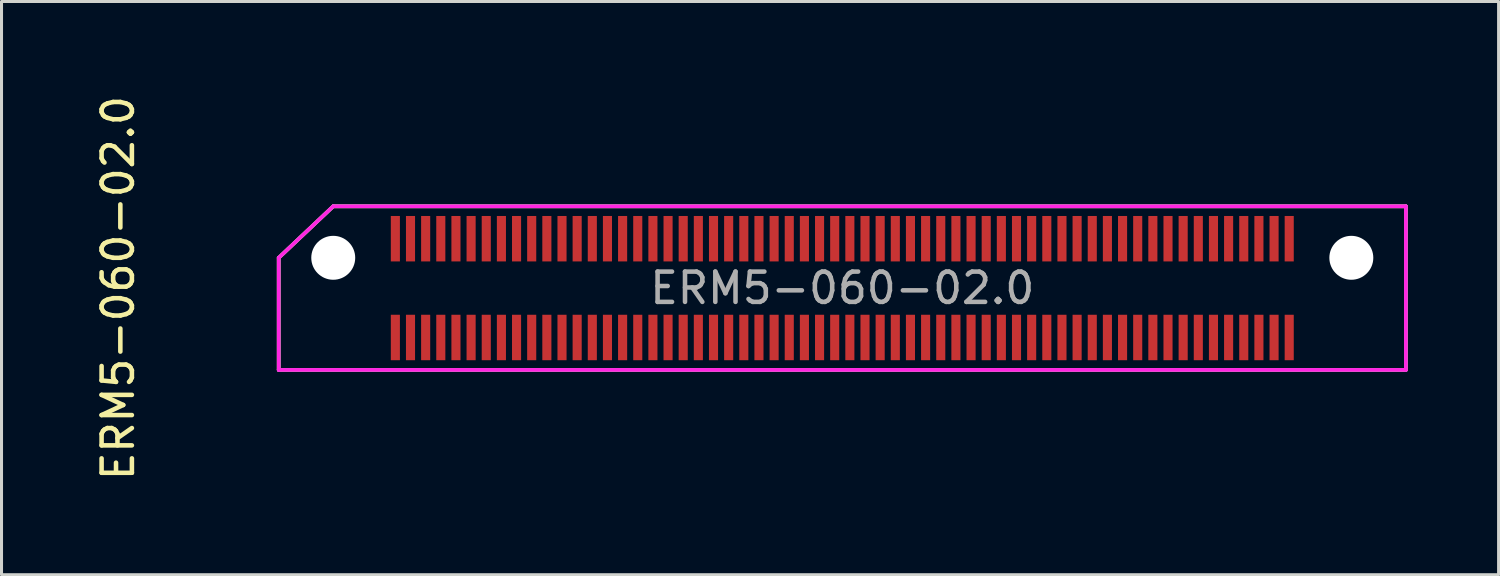
<source format=kicad_pcb>
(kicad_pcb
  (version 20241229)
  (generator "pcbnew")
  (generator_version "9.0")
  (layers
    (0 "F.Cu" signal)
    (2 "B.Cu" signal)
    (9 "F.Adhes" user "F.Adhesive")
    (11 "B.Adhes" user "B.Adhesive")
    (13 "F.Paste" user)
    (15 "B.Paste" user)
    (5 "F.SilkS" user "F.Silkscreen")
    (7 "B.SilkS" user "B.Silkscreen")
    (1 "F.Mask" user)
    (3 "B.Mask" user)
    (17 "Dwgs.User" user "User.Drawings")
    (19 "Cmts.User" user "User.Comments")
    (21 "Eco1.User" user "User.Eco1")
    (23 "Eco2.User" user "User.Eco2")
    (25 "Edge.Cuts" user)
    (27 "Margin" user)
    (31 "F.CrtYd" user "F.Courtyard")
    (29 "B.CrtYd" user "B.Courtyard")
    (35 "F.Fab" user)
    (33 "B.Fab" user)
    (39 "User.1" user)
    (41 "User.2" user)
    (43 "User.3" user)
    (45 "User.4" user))
  (footprint "ERM5-060-02.0"
    (layer "F.Cu")
    (at 24.748 6.458)
    (property "Reference" "ERM5-060-02.0" (at -23.9 0 90) (layer "F.SilkS") (effects (font (size 1 1) (thickness 0.15))))
    (attr smd)
    (fp_line (start -18.6 -1) (end -18.6 2.7) (stroke (width 0.12) (type solid)) (layer "F.SilkS"))
    (fp_line (start -18.6 2.7) (end 18.6 2.7) (stroke (width 0.12) (type solid)) (layer "F.SilkS"))
    (fp_line (start -16.8 -2.7) (end -18.6 -1) (stroke (width 0.12) (type solid)) (layer "F.SilkS"))
    (fp_line (start -16.8 -2.7) (end 18.6 -2.7) (stroke (width 0.12) (type solid)) (layer "F.SilkS"))
    (fp_line (start 18.6 2.7) (end 18.6 -2.7) (stroke (width 0.12) (type solid)) (layer "F.SilkS"))
    (fp_line (start -18.6 -1) (end -18.6 2.7) (stroke (width 0.12) (type solid)) (layer "F.CrtYd"))
    (fp_line (start -18.6 2.7) (end 18.6 2.7) (stroke (width 0.12) (type solid)) (layer "F.CrtYd"))
    (fp_line (start -16.8 -2.7) (end -18.6 -1) (stroke (width 0.12) (type solid)) (layer "F.CrtYd"))
    (fp_line (start 18.6 -2.7) (end -16.8 -2.7) (stroke (width 0.12) (type solid)) (layer "F.CrtYd"))
    (fp_line (start 18.6 2.7) (end 18.6 -2.7) (stroke (width 0.12) (type solid)) (layer "F.CrtYd"))
    (fp_line (start -18.6 -1) (end -18.6 2.7) (stroke (width 0.12) (type solid)) (layer "F.Fab"))
    (fp_line (start -18.6 2.7) (end 18.6 2.7) (stroke (width 0.12) (type solid)) (layer "F.Fab"))
    (fp_line (start -16.8 -2.7) (end -18.6 -1) (stroke (width 0.12) (type solid)) (layer "F.Fab"))
    (fp_line (start 18.6 -2.7) (end -16.8 -2.7) (stroke (width 0.12) (type solid)) (layer "F.Fab"))
    (fp_line (start 18.6 2.7) (end 18.6 -2.7) (stroke (width 0.12) (type solid)) (layer "F.Fab"))
    (fp_text user "${REFERENCE}" (at 0 0 0) (layer "F.Fab") (effects (font (size 1 1) (thickness 0.15))))
    (pad "" np_thru_hole circle (at -16.8 -1) (size 1.45 1.45) (drill 1.45) (layers "*.Cu" "*.Mask"))
    (pad "" np_thru_hole circle (at 16.8 -1) (size 1.45 1.45) (drill 1.45) (layers "*.Cu" "*.Mask"))
    (pad "1" smd rect (at -14.75 -1.63) (size 0.3 1.5) (layers "F.Cu" "F.Mask" "F.Paste"))
    (pad "2" smd rect (at -14.75 1.63) (size 0.3 1.5) (layers "F.Cu" "F.Mask" "F.Paste"))
    (pad "3" smd rect (at -14.25 -1.63) (size 0.3 1.5) (layers "F.Cu" "F.Mask" "F.Paste"))
    (pad "4" smd rect (at -14.25 1.63) (size 0.3 1.5) (layers "F.Cu" "F.Mask" "F.Paste"))
    (pad "5" smd rect (at -13.75 -1.63) (size 0.3 1.5) (layers "F.Cu" "F.Mask" "F.Paste"))
    (pad "6" smd rect (at -13.75 1.63) (size 0.3 1.5) (layers "F.Cu" "F.Mask" "F.Paste"))
    (pad "7" smd rect (at -13.25 -1.63) (size 0.3 1.5) (layers "F.Cu" "F.Mask" "F.Paste"))
    (pad "8" smd rect (at -13.25 1.63) (size 0.3 1.5) (layers "F.Cu" "F.Mask" "F.Paste"))
    (pad "9" smd rect (at -12.75 -1.63) (size 0.3 1.5) (layers "F.Cu" "F.Mask" "F.Paste"))
    (pad "10" smd rect (at -12.75 1.63) (size 0.3 1.5) (layers "F.Cu" "F.Mask" "F.Paste"))
    (pad "11" smd rect (at -12.25 -1.63) (size 0.3 1.5) (layers "F.Cu" "F.Mask" "F.Paste"))
    (pad "12" smd rect (at -12.25 1.63) (size 0.3 1.5) (layers "F.Cu" "F.Mask" "F.Paste"))
    (pad "13" smd rect (at -11.75 -1.63) (size 0.3 1.5) (layers "F.Cu" "F.Mask" "F.Paste"))
    (pad "14" smd rect (at -11.75 1.63) (size 0.3 1.5) (layers "F.Cu" "F.Mask" "F.Paste"))
    (pad "15" smd rect (at -11.25 -1.63) (size 0.3 1.5) (layers "F.Cu" "F.Mask" "F.Paste"))
    (pad "16" smd rect (at -11.25 1.63) (size 0.3 1.5) (layers "F.Cu" "F.Mask" "F.Paste"))
    (pad "17" smd rect (at -10.75 -1.63) (size 0.3 1.5) (layers "F.Cu" "F.Mask" "F.Paste"))
    (pad "18" smd rect (at -10.75 1.63) (size 0.3 1.5) (layers "F.Cu" "F.Mask" "F.Paste"))
    (pad "19" smd rect (at -10.25 -1.63) (size 0.3 1.5) (layers "F.Cu" "F.Mask" "F.Paste"))
    (pad "20" smd rect (at -10.25 1.63) (size 0.3 1.5) (layers "F.Cu" "F.Mask" "F.Paste"))
    (pad "21" smd rect (at -9.75 -1.63) (size 0.3 1.5) (layers "F.Cu" "F.Mask" "F.Paste"))
    (pad "22" smd rect (at -9.75 1.63) (size 0.3 1.5) (layers "F.Cu" "F.Mask" "F.Paste"))
    (pad "23" smd rect (at -9.25 -1.63) (size 0.3 1.5) (layers "F.Cu" "F.Mask" "F.Paste"))
    (pad "24" smd rect (at -9.25 1.63) (size 0.3 1.5) (layers "F.Cu" "F.Mask" "F.Paste"))
    (pad "25" smd rect (at -8.75 -1.63) (size 0.3 1.5) (layers "F.Cu" "F.Mask" "F.Paste"))
    (pad "26" smd rect (at -8.75 1.63) (size 0.3 1.5) (layers "F.Cu" "F.Mask" "F.Paste"))
    (pad "27" smd rect (at -8.25 -1.63) (size 0.3 1.5) (layers "F.Cu" "F.Mask" "F.Paste"))
    (pad "28" smd rect (at -8.25 1.63) (size 0.3 1.5) (layers "F.Cu" "F.Mask" "F.Paste"))
    (pad "29" smd rect (at -7.75 -1.63) (size 0.3 1.5) (layers "F.Cu" "F.Mask" "F.Paste"))
    (pad "30" smd rect (at -7.75 1.63) (size 0.3 1.5) (layers "F.Cu" "F.Mask" "F.Paste"))
    (pad "31" smd rect (at -7.25 -1.63) (size 0.3 1.5) (layers "F.Cu" "F.Mask" "F.Paste"))
    (pad "32" smd rect (at -7.25 1.63) (size 0.3 1.5) (layers "F.Cu" "F.Mask" "F.Paste"))
    (pad "33" smd rect (at -6.75 -1.63) (size 0.3 1.5) (layers "F.Cu" "F.Mask" "F.Paste"))
    (pad "34" smd rect (at -6.75 1.63) (size 0.3 1.5) (layers "F.Cu" "F.Mask" "F.Paste"))
    (pad "35" smd rect (at -6.25 -1.63) (size 0.3 1.5) (layers "F.Cu" "F.Mask" "F.Paste"))
    (pad "36" smd rect (at -6.25 1.63) (size 0.3 1.5) (layers "F.Cu" "F.Mask" "F.Paste"))
    (pad "37" smd rect (at -5.75 -1.63) (size 0.3 1.5) (layers "F.Cu" "F.Mask" "F.Paste"))
    (pad "38" smd rect (at -5.75 1.63) (size 0.3 1.5) (layers "F.Cu" "F.Mask" "F.Paste"))
    (pad "39" smd rect (at -5.25 -1.63) (size 0.3 1.5) (layers "F.Cu" "F.Mask" "F.Paste"))
    (pad "40" smd rect (at -5.25 1.63) (size 0.3 1.5) (layers "F.Cu" "F.Mask" "F.Paste"))
    (pad "41" smd rect (at -4.75 -1.63) (size 0.3 1.5) (layers "F.Cu" "F.Mask" "F.Paste"))
    (pad "42" smd rect (at -4.75 1.63) (size 0.3 1.5) (layers "F.Cu" "F.Mask" "F.Paste"))
    (pad "43" smd rect (at -4.25 -1.63) (size 0.3 1.5) (layers "F.Cu" "F.Mask" "F.Paste"))
    (pad "44" smd rect (at -4.25 1.63) (size 0.3 1.5) (layers "F.Cu" "F.Mask" "F.Paste"))
    (pad "45" smd rect (at -3.75 -1.63) (size 0.3 1.5) (layers "F.Cu" "F.Mask" "F.Paste"))
    (pad "46" smd rect (at -3.75 1.63) (size 0.3 1.5) (layers "F.Cu" "F.Mask" "F.Paste"))
    (pad "47" smd rect (at -3.25 -1.63) (size 0.3 1.5) (layers "F.Cu" "F.Mask" "F.Paste"))
    (pad "48" smd rect (at -3.25 1.63) (size 0.3 1.5) (layers "F.Cu" "F.Mask" "F.Paste"))
    (pad "49" smd rect (at -2.75 -1.63) (size 0.3 1.5) (layers "F.Cu" "F.Mask" "F.Paste"))
    (pad "50" smd rect (at -2.75 1.63) (size 0.3 1.5) (layers "F.Cu" "F.Mask" "F.Paste"))
    (pad "51" smd rect (at -2.25 -1.63) (size 0.3 1.5) (layers "F.Cu" "F.Mask" "F.Paste"))
    (pad "52" smd rect (at -2.25 1.63) (size 0.3 1.5) (layers "F.Cu" "F.Mask" "F.Paste"))
    (pad "53" smd rect (at -1.75 -1.63) (size 0.3 1.5) (layers "F.Cu" "F.Mask" "F.Paste"))
    (pad "54" smd rect (at -1.75 1.63) (size 0.3 1.5) (layers "F.Cu" "F.Mask" "F.Paste"))
    (pad "55" smd rect (at -1.25 -1.63) (size 0.3 1.5) (layers "F.Cu" "F.Mask" "F.Paste"))
    (pad "56" smd rect (at -1.25 1.63) (size 0.3 1.5) (layers "F.Cu" "F.Mask" "F.Paste"))
    (pad "57" smd rect (at -0.75 -1.63) (size 0.3 1.5) (layers "F.Cu" "F.Mask" "F.Paste"))
    (pad "58" smd rect (at -0.75 1.63) (size 0.3 1.5) (layers "F.Cu" "F.Mask" "F.Paste"))
    (pad "59" smd rect (at -0.25 -1.63) (size 0.3 1.5) (layers "F.Cu" "F.Mask" "F.Paste"))
    (pad "60" smd rect (at -0.25 1.63) (size 0.3 1.5) (layers "F.Cu" "F.Mask" "F.Paste"))
    (pad "61" smd rect (at 0.25 -1.63) (size 0.3 1.5) (layers "F.Cu" "F.Mask" "F.Paste"))
    (pad "62" smd rect (at 0.25 1.63) (size 0.3 1.5) (layers "F.Cu" "F.Mask" "F.Paste"))
    (pad "63" smd rect (at 0.75 -1.63) (size 0.3 1.5) (layers "F.Cu" "F.Mask" "F.Paste"))
    (pad "64" smd rect (at 0.75 1.63) (size 0.3 1.5) (layers "F.Cu" "F.Mask" "F.Paste"))
    (pad "65" smd rect (at 1.25 -1.63) (size 0.3 1.5) (layers "F.Cu" "F.Mask" "F.Paste"))
    (pad "66" smd rect (at 1.25 1.63) (size 0.3 1.5) (layers "F.Cu" "F.Mask" "F.Paste"))
    (pad "67" smd rect (at 1.75 -1.63) (size 0.3 1.5) (layers "F.Cu" "F.Mask" "F.Paste"))
    (pad "68" smd rect (at 1.75 1.63) (size 0.3 1.5) (layers "F.Cu" "F.Mask" "F.Paste"))
    (pad "69" smd rect (at 2.25 -1.63) (size 0.3 1.5) (layers "F.Cu" "F.Mask" "F.Paste"))
    (pad "70" smd rect (at 2.25 1.63) (size 0.3 1.5) (layers "F.Cu" "F.Mask" "F.Paste"))
    (pad "71" smd rect (at 2.75 -1.63) (size 0.3 1.5) (layers "F.Cu" "F.Mask" "F.Paste"))
    (pad "72" smd rect (at 2.75 1.63) (size 0.3 1.5) (layers "F.Cu" "F.Mask" "F.Paste"))
    (pad "73" smd rect (at 3.25 -1.63) (size 0.3 1.5) (layers "F.Cu" "F.Mask" "F.Paste"))
    (pad "74" smd rect (at 3.25 1.63) (size 0.3 1.5) (layers "F.Cu" "F.Mask" "F.Paste"))
    (pad "75" smd rect (at 3.75 -1.63) (size 0.3 1.5) (layers "F.Cu" "F.Mask" "F.Paste"))
    (pad "76" smd rect (at 3.75 1.63) (size 0.3 1.5) (layers "F.Cu" "F.Mask" "F.Paste"))
    (pad "77" smd rect (at 4.25 -1.63) (size 0.3 1.5) (layers "F.Cu" "F.Mask" "F.Paste"))
    (pad "78" smd rect (at 4.25 1.63) (size 0.3 1.5) (layers "F.Cu" "F.Mask" "F.Paste"))
    (pad "79" smd rect (at 4.75 -1.63) (size 0.3 1.5) (layers "F.Cu" "F.Mask" "F.Paste"))
    (pad "80" smd rect (at 4.75 1.63) (size 0.3 1.5) (layers "F.Cu" "F.Mask" "F.Paste"))
    (pad "81" smd rect (at 5.25 -1.63) (size 0.3 1.5) (layers "F.Cu" "F.Mask" "F.Paste"))
    (pad "82" smd rect (at 5.25 1.63) (size 0.3 1.5) (layers "F.Cu" "F.Mask" "F.Paste"))
    (pad "83" smd rect (at 5.75 -1.63) (size 0.3 1.5) (layers "F.Cu" "F.Mask" "F.Paste"))
    (pad "84" smd rect (at 5.75 1.63) (size 0.3 1.5) (layers "F.Cu" "F.Mask" "F.Paste"))
    (pad "85" smd rect (at 6.25 -1.63) (size 0.3 1.5) (layers "F.Cu" "F.Mask" "F.Paste"))
    (pad "86" smd rect (at 6.25 1.63) (size 0.3 1.5) (layers "F.Cu" "F.Mask" "F.Paste"))
    (pad "87" smd rect (at 6.75 -1.63) (size 0.3 1.5) (layers "F.Cu" "F.Mask" "F.Paste"))
    (pad "88" smd rect (at 6.75 1.63) (size 0.3 1.5) (layers "F.Cu" "F.Mask" "F.Paste"))
    (pad "89" smd rect (at 7.25 -1.63) (size 0.3 1.5) (layers "F.Cu" "F.Mask" "F.Paste"))
    (pad "90" smd rect (at 7.25 1.63) (size 0.3 1.5) (layers "F.Cu" "F.Mask" "F.Paste"))
    (pad "91" smd rect (at 7.75 -1.63) (size 0.3 1.5) (layers "F.Cu" "F.Mask" "F.Paste"))
    (pad "92" smd rect (at 7.75 1.63) (size 0.3 1.5) (layers "F.Cu" "F.Mask" "F.Paste"))
    (pad "93" smd rect (at 8.25 -1.63) (size 0.3 1.5) (layers "F.Cu" "F.Mask" "F.Paste"))
    (pad "94" smd rect (at 8.25 1.63) (size 0.3 1.5) (layers "F.Cu" "F.Mask" "F.Paste"))
    (pad "95" smd rect (at 8.75 -1.63) (size 0.3 1.5) (layers "F.Cu" "F.Mask" "F.Paste"))
    (pad "96" smd rect (at 8.75 1.63) (size 0.3 1.5) (layers "F.Cu" "F.Mask" "F.Paste"))
    (pad "97" smd rect (at 9.25 -1.63) (size 0.3 1.5) (layers "F.Cu" "F.Mask" "F.Paste"))
    (pad "98" smd rect (at 9.25 1.63) (size 0.3 1.5) (layers "F.Cu" "F.Mask" "F.Paste"))
    (pad "99" smd rect (at 9.75 -1.63) (size 0.3 1.5) (layers "F.Cu" "F.Mask" "F.Paste"))
    (pad "100" smd rect (at 9.75 1.63) (size 0.3 1.5) (layers "F.Cu" "F.Mask" "F.Paste"))
    (pad "101" smd rect (at 10.25 -1.63) (size 0.3 1.5) (layers "F.Cu" "F.Mask" "F.Paste"))
    (pad "102" smd rect (at 10.25 1.63) (size 0.3 1.5) (layers "F.Cu" "F.Mask" "F.Paste"))
    (pad "103" smd rect (at 10.75 -1.63) (size 0.3 1.5) (layers "F.Cu" "F.Mask" "F.Paste"))
    (pad "104" smd rect (at 10.75 1.63) (size 0.3 1.5) (layers "F.Cu" "F.Mask" "F.Paste"))
    (pad "105" smd rect (at 11.25 -1.63) (size 0.3 1.5) (layers "F.Cu" "F.Mask" "F.Paste"))
    (pad "106" smd rect (at 11.25 1.63) (size 0.3 1.5) (layers "F.Cu" "F.Mask" "F.Paste"))
    (pad "107" smd rect (at 11.75 -1.63) (size 0.3 1.5) (layers "F.Cu" "F.Mask" "F.Paste"))
    (pad "108" smd rect (at 11.75 1.63) (size 0.3 1.5) (layers "F.Cu" "F.Mask" "F.Paste"))
    (pad "109" smd rect (at 12.25 -1.63) (size 0.3 1.5) (layers "F.Cu" "F.Mask" "F.Paste"))
    (pad "110" smd rect (at 12.25 1.63) (size 0.3 1.5) (layers "F.Cu" "F.Mask" "F.Paste"))
    (pad "111" smd rect (at 12.75 -1.63) (size 0.3 1.5) (layers "F.Cu" "F.Mask" "F.Paste"))
    (pad "112" smd rect (at 12.75 1.63) (size 0.3 1.5) (layers "F.Cu" "F.Mask" "F.Paste"))
    (pad "113" smd rect (at 13.25 -1.63) (size 0.3 1.5) (layers "F.Cu" "F.Mask" "F.Paste"))
    (pad "114" smd rect (at 13.25 1.63) (size 0.3 1.5) (layers "F.Cu" "F.Mask" "F.Paste"))
    (pad "115" smd rect (at 13.75 -1.63) (size 0.3 1.5) (layers "F.Cu" "F.Mask" "F.Paste"))
    (pad "116" smd rect (at 13.75 1.63) (size 0.3 1.5) (layers "F.Cu" "F.Mask" "F.Paste"))
    (pad "117" smd rect (at 14.25 -1.63) (size 0.3 1.5) (layers "F.Cu" "F.Mask" "F.Paste"))
    (pad "118" smd rect (at 14.25 1.63) (size 0.3 1.5) (layers "F.Cu" "F.Mask" "F.Paste"))
    (pad "119" smd rect (at 14.75 -1.63) (size 0.3 1.5) (layers "F.Cu" "F.Mask" "F.Paste"))
    (pad "120" smd rect (at 14.75 1.63) (size 0.3 1.5) (layers "F.Cu" "F.Mask" "F.Paste")))
  (gr_rect
    (start -3 -3)
    (end 46.408 15.917)
    (stroke (width 0.1) (type default))
    (fill no)
    (layer "Edge.Cuts")))
</source>
